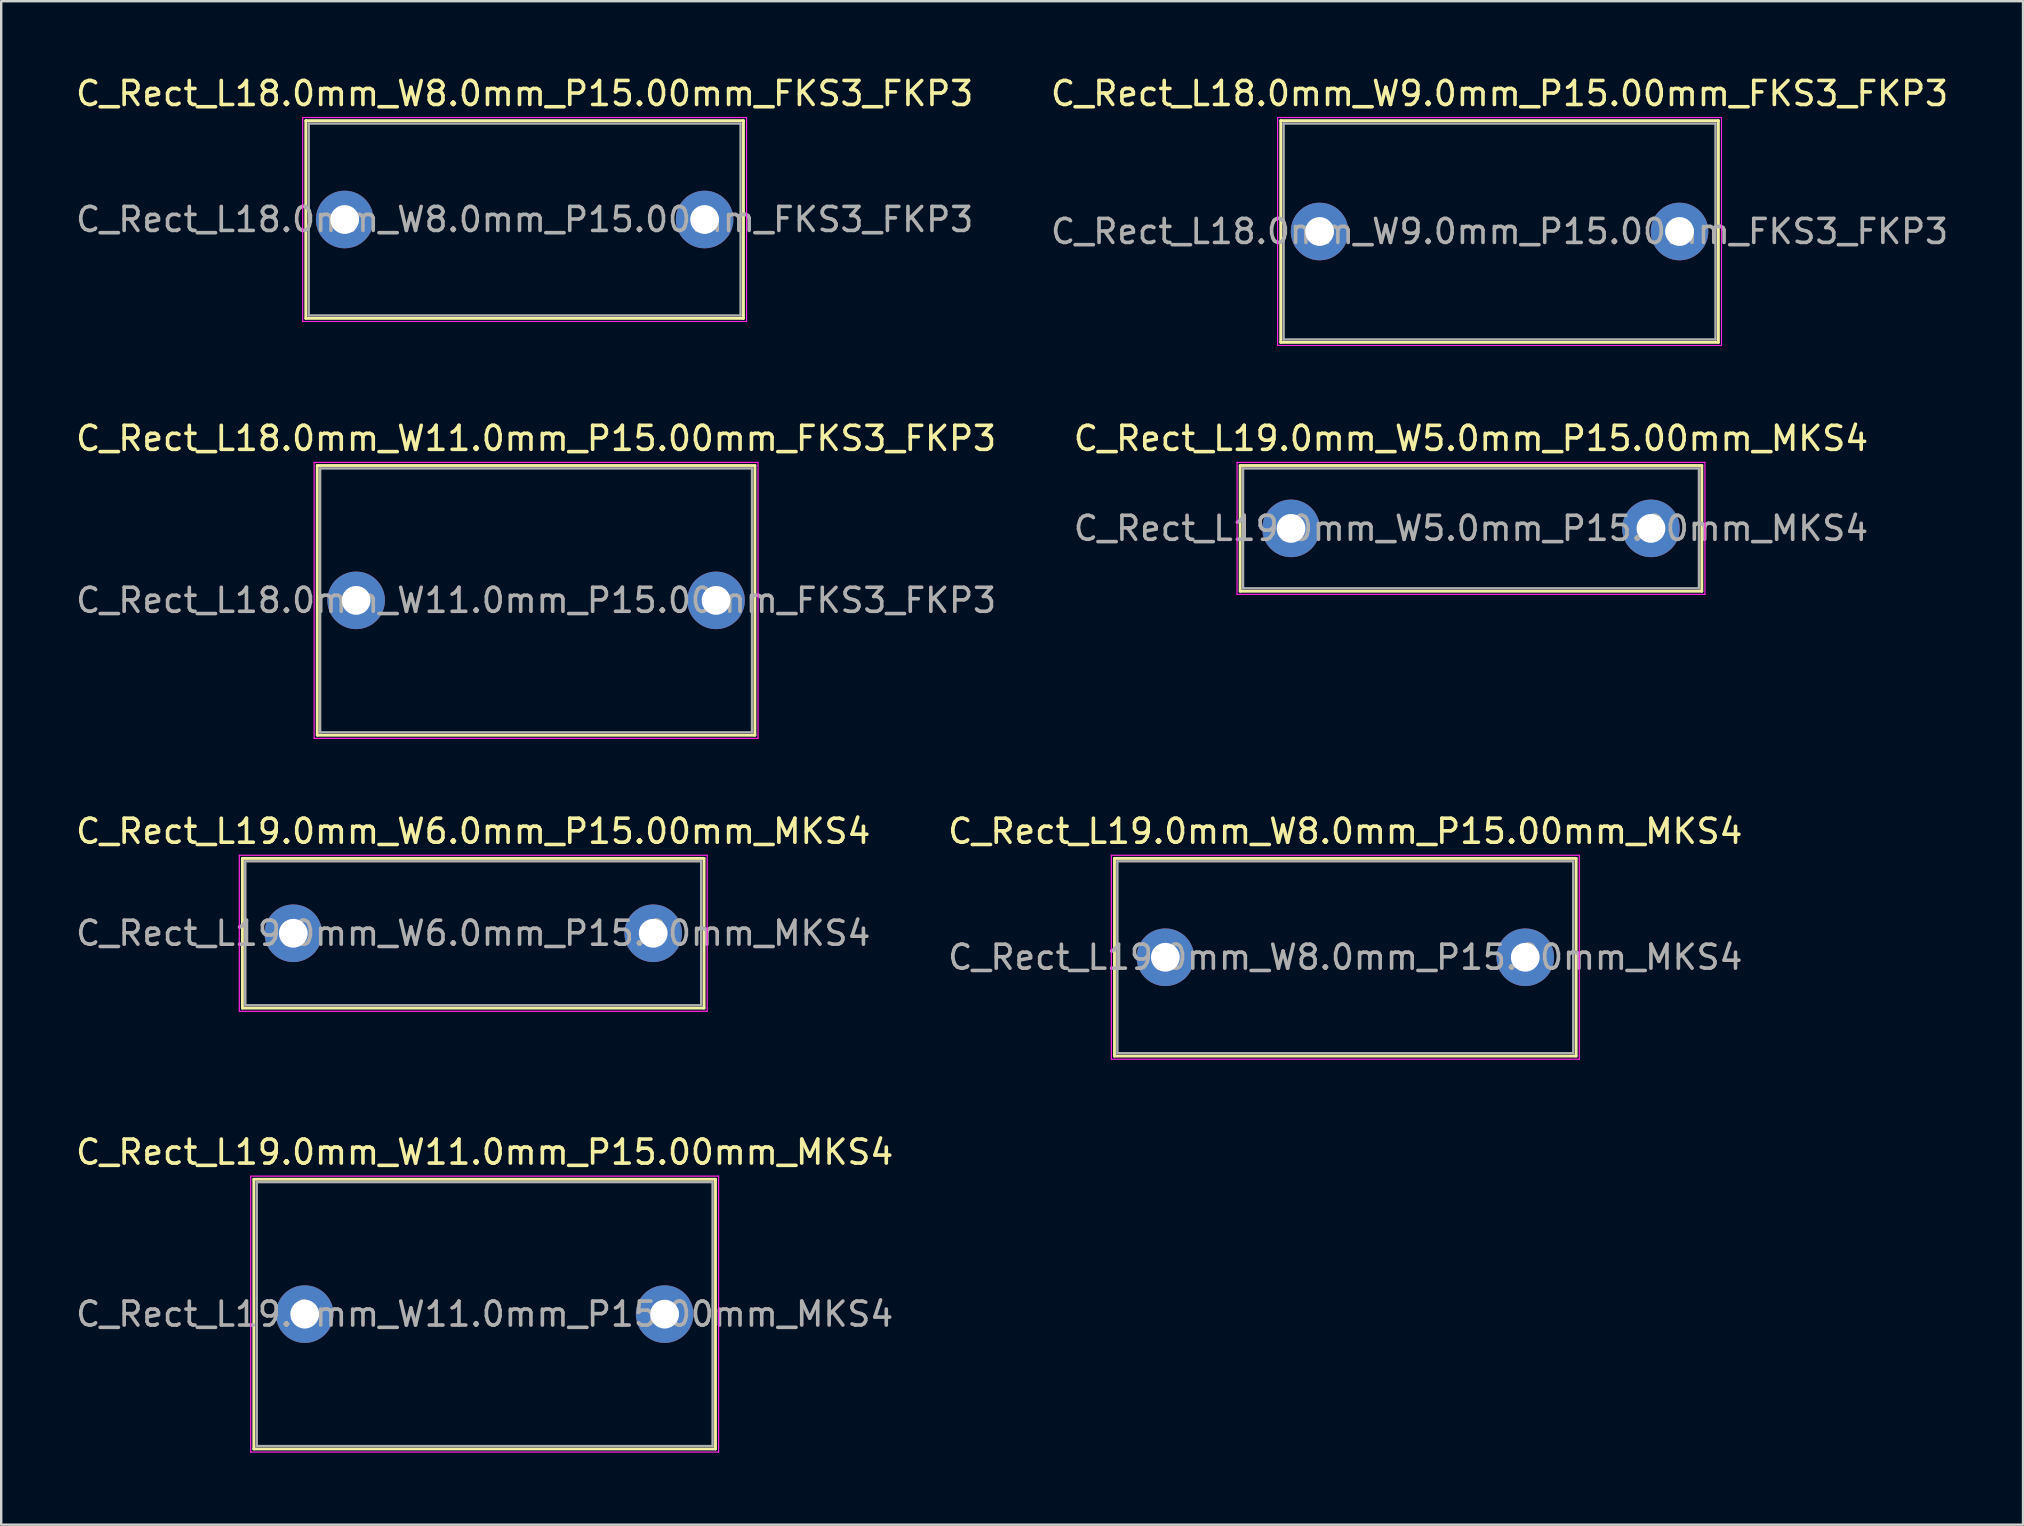
<source format=kicad_pcb>
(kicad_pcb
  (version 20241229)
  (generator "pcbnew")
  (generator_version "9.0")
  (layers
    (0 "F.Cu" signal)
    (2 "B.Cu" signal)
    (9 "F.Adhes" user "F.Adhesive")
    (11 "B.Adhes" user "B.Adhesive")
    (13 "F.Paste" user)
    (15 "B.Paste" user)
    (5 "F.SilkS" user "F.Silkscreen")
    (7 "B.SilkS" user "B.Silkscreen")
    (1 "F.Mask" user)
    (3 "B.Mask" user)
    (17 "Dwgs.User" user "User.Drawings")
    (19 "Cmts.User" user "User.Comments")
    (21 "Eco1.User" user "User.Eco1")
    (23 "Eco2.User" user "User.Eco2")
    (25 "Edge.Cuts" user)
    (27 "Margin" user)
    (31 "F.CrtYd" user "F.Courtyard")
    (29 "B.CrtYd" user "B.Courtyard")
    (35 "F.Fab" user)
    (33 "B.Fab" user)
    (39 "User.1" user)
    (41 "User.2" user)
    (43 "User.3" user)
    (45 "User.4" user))
  (footprint "C_Rect_L19.0mm_W5.0mm_P15.00mm_MKS4"
    (layer "F.Cu")
    (at 50.756 18.971)
    (property "Reference" "C_Rect_L19.0mm_W5.0mm_P15.00mm_MKS4" (at 7.5 -3.75 0) (layer "F.SilkS") (effects (font (size 1 1) (thickness 0.15))))
    (attr through_hole)
    (fp_line (start -2.12 -2.62) (end -2.12 2.62) (stroke (width 0.12) (type solid)) (layer "F.SilkS"))
    (fp_line (start -2.12 -2.62) (end 17.12 -2.62) (stroke (width 0.12) (type solid)) (layer "F.SilkS"))
    (fp_line (start -2.12 2.62) (end 17.12 2.62) (stroke (width 0.12) (type solid)) (layer "F.SilkS"))
    (fp_line (start 17.12 -2.62) (end 17.12 2.62) (stroke (width 0.12) (type solid)) (layer "F.SilkS"))
    (fp_line (start -2.25 -2.75) (end -2.25 2.75) (stroke (width 0.05) (type solid)) (layer "F.CrtYd"))
    (fp_line (start -2.25 2.75) (end 17.25 2.75) (stroke (width 0.05) (type solid)) (layer "F.CrtYd"))
    (fp_line (start 17.25 -2.75) (end -2.25 -2.75) (stroke (width 0.05) (type solid)) (layer "F.CrtYd"))
    (fp_line (start 17.25 2.75) (end 17.25 -2.75) (stroke (width 0.05) (type solid)) (layer "F.CrtYd"))
    (fp_line (start -2 -2.5) (end -2 2.5) (stroke (width 0.1) (type solid)) (layer "F.Fab"))
    (fp_line (start -2 2.5) (end 17 2.5) (stroke (width 0.1) (type solid)) (layer "F.Fab"))
    (fp_line (start 17 -2.5) (end -2 -2.5) (stroke (width 0.1) (type solid)) (layer "F.Fab"))
    (fp_line (start 17 2.5) (end 17 -2.5) (stroke (width 0.1) (type solid)) (layer "F.Fab"))
    (fp_text user "${REFERENCE}" (at 7.5 0 0) (layer "F.Fab") (effects (font (size 1 1) (thickness 0.15))))
    (pad "1" thru_hole circle (at 0 0) (size 2.4 2.4) (drill 1.2) (layers "*.Cu" "*.Mask"))
    (pad "2" thru_hole circle (at 15 0) (size 2.4 2.4) (drill 1.2) (layers "*.Cu" "*.Mask")))
  (footprint "C_Rect_L19.0mm_W6.0mm_P15.00mm_MKS4"
    (layer "F.Cu")
    (at 9.173 35.845)
    (property "Reference" "C_Rect_L19.0mm_W6.0mm_P15.00mm_MKS4" (at 7.5 -4.25 0) (layer "F.SilkS") (effects (font (size 1 1) (thickness 0.15))))
    (attr through_hole)
    (fp_line (start -2.12 -3.12) (end -2.12 3.12) (stroke (width 0.12) (type solid)) (layer "F.SilkS"))
    (fp_line (start -2.12 -3.12) (end 17.12 -3.12) (stroke (width 0.12) (type solid)) (layer "F.SilkS"))
    (fp_line (start -2.12 3.12) (end 17.12 3.12) (stroke (width 0.12) (type solid)) (layer "F.SilkS"))
    (fp_line (start 17.12 -3.12) (end 17.12 3.12) (stroke (width 0.12) (type solid)) (layer "F.SilkS"))
    (fp_line (start -2.25 -3.25) (end -2.25 3.25) (stroke (width 0.05) (type solid)) (layer "F.CrtYd"))
    (fp_line (start -2.25 3.25) (end 17.25 3.25) (stroke (width 0.05) (type solid)) (layer "F.CrtYd"))
    (fp_line (start 17.25 -3.25) (end -2.25 -3.25) (stroke (width 0.05) (type solid)) (layer "F.CrtYd"))
    (fp_line (start 17.25 3.25) (end 17.25 -3.25) (stroke (width 0.05) (type solid)) (layer "F.CrtYd"))
    (fp_line (start -2 -3) (end -2 3) (stroke (width 0.1) (type solid)) (layer "F.Fab"))
    (fp_line (start -2 3) (end 17 3) (stroke (width 0.1) (type solid)) (layer "F.Fab"))
    (fp_line (start 17 -3) (end -2 -3) (stroke (width 0.1) (type solid)) (layer "F.Fab"))
    (fp_line (start 17 3) (end 17 -3) (stroke (width 0.1) (type solid)) (layer "F.Fab"))
    (fp_text user "${REFERENCE}" (at 7.5 0 0) (layer "F.Fab") (effects (font (size 1 1) (thickness 0.15))))
    (pad "1" thru_hole circle (at 0 0) (size 2.4 2.4) (drill 1.2) (layers "*.Cu" "*.Mask"))
    (pad "2" thru_hole circle (at 15 0) (size 2.4 2.4) (drill 1.2) (layers "*.Cu" "*.Mask")))
  (footprint "C_Rect_L18.0mm_W8.0mm_P15.00mm_FKS3_FKP3"
    (layer "F.Cu")
    (at 11.315 6.098)
    (property "Reference" "C_Rect_L18.0mm_W8.0mm_P15.00mm_FKS3_FKP3" (at 7.5 -5.25 0) (layer "F.SilkS") (effects (font (size 1 1) (thickness 0.15))))
    (attr through_hole)
    (fp_line (start -1.62 -4.12) (end -1.62 4.12) (stroke (width 0.12) (type solid)) (layer "F.SilkS"))
    (fp_line (start -1.62 -4.12) (end 16.62 -4.12) (stroke (width 0.12) (type solid)) (layer "F.SilkS"))
    (fp_line (start -1.62 4.12) (end 16.62 4.12) (stroke (width 0.12) (type solid)) (layer "F.SilkS"))
    (fp_line (start 16.62 -4.12) (end 16.62 4.12) (stroke (width 0.12) (type solid)) (layer "F.SilkS"))
    (fp_line (start -1.75 -4.25) (end -1.75 4.25) (stroke (width 0.05) (type solid)) (layer "F.CrtYd"))
    (fp_line (start -1.75 4.25) (end 16.75 4.25) (stroke (width 0.05) (type solid)) (layer "F.CrtYd"))
    (fp_line (start 16.75 -4.25) (end -1.75 -4.25) (stroke (width 0.05) (type solid)) (layer "F.CrtYd"))
    (fp_line (start 16.75 4.25) (end 16.75 -4.25) (stroke (width 0.05) (type solid)) (layer "F.CrtYd"))
    (fp_line (start -1.5 -4) (end -1.5 4) (stroke (width 0.1) (type solid)) (layer "F.Fab"))
    (fp_line (start -1.5 4) (end 16.5 4) (stroke (width 0.1) (type solid)) (layer "F.Fab"))
    (fp_line (start 16.5 -4) (end -1.5 -4) (stroke (width 0.1) (type solid)) (layer "F.Fab"))
    (fp_line (start 16.5 4) (end 16.5 -4) (stroke (width 0.1) (type solid)) (layer "F.Fab"))
    (fp_text user "${REFERENCE}" (at 7.5 0 0) (layer "F.Fab") (effects (font (size 1 1) (thickness 0.15))))
    (pad "1" thru_hole circle (at 0 0) (size 2.4 2.4) (drill 1.2) (layers "*.Cu" "*.Mask"))
    (pad "2" thru_hole circle (at 15 0) (size 2.4 2.4) (drill 1.2) (layers "*.Cu" "*.Mask")))
  (footprint "C_Rect_L19.0mm_W8.0mm_P15.00mm_MKS4"
    (layer "F.Cu")
    (at 45.518 36.845)
    (property "Reference" "C_Rect_L19.0mm_W8.0mm_P15.00mm_MKS4" (at 7.5 -5.25 0) (layer "F.SilkS") (effects (font (size 1 1) (thickness 0.15))))
    (attr through_hole)
    (fp_line (start -2.12 -4.12) (end -2.12 4.12) (stroke (width 0.12) (type solid)) (layer "F.SilkS"))
    (fp_line (start -2.12 -4.12) (end 17.12 -4.12) (stroke (width 0.12) (type solid)) (layer "F.SilkS"))
    (fp_line (start -2.12 4.12) (end 17.12 4.12) (stroke (width 0.12) (type solid)) (layer "F.SilkS"))
    (fp_line (start 17.12 -4.12) (end 17.12 4.12) (stroke (width 0.12) (type solid)) (layer "F.SilkS"))
    (fp_line (start -2.25 -4.25) (end -2.25 4.25) (stroke (width 0.05) (type solid)) (layer "F.CrtYd"))
    (fp_line (start -2.25 4.25) (end 17.25 4.25) (stroke (width 0.05) (type solid)) (layer "F.CrtYd"))
    (fp_line (start 17.25 -4.25) (end -2.25 -4.25) (stroke (width 0.05) (type solid)) (layer "F.CrtYd"))
    (fp_line (start 17.25 4.25) (end 17.25 -4.25) (stroke (width 0.05) (type solid)) (layer "F.CrtYd"))
    (fp_line (start -2 -4) (end -2 4) (stroke (width 0.1) (type solid)) (layer "F.Fab"))
    (fp_line (start -2 4) (end 17 4) (stroke (width 0.1) (type solid)) (layer "F.Fab"))
    (fp_line (start 17 -4) (end -2 -4) (stroke (width 0.1) (type solid)) (layer "F.Fab"))
    (fp_line (start 17 4) (end 17 -4) (stroke (width 0.1) (type solid)) (layer "F.Fab"))
    (fp_text user "${REFERENCE}" (at 7.5 0 0) (layer "F.Fab") (effects (font (size 1 1) (thickness 0.15))))
    (pad "1" thru_hole circle (at 0 0) (size 2.4 2.4) (drill 1.2) (layers "*.Cu" "*.Mask"))
    (pad "2" thru_hole circle (at 15 0) (size 2.4 2.4) (drill 1.2) (layers "*.Cu" "*.Mask")))
  (footprint "C_Rect_L18.0mm_W9.0mm_P15.00mm_FKS3_FKP3"
    (layer "F.Cu")
    (at 51.946 6.598)
    (property "Reference" "C_Rect_L18.0mm_W9.0mm_P15.00mm_FKS3_FKP3" (at 7.5 -5.75 0) (layer "F.SilkS") (effects (font (size 1 1) (thickness 0.15))))
    (attr through_hole)
    (fp_line (start -1.62 -4.62) (end -1.62 4.62) (stroke (width 0.12) (type solid)) (layer "F.SilkS"))
    (fp_line (start -1.62 -4.62) (end 16.62 -4.62) (stroke (width 0.12) (type solid)) (layer "F.SilkS"))
    (fp_line (start -1.62 4.62) (end 16.62 4.62) (stroke (width 0.12) (type solid)) (layer "F.SilkS"))
    (fp_line (start 16.62 -4.62) (end 16.62 4.62) (stroke (width 0.12) (type solid)) (layer "F.SilkS"))
    (fp_line (start -1.75 -4.75) (end -1.75 4.75) (stroke (width 0.05) (type solid)) (layer "F.CrtYd"))
    (fp_line (start -1.75 4.75) (end 16.75 4.75) (stroke (width 0.05) (type solid)) (layer "F.CrtYd"))
    (fp_line (start 16.75 -4.75) (end -1.75 -4.75) (stroke (width 0.05) (type solid)) (layer "F.CrtYd"))
    (fp_line (start 16.75 4.75) (end 16.75 -4.75) (stroke (width 0.05) (type solid)) (layer "F.CrtYd"))
    (fp_line (start -1.5 -4.5) (end -1.5 4.5) (stroke (width 0.1) (type solid)) (layer "F.Fab"))
    (fp_line (start -1.5 4.5) (end 16.5 4.5) (stroke (width 0.1) (type solid)) (layer "F.Fab"))
    (fp_line (start 16.5 -4.5) (end -1.5 -4.5) (stroke (width 0.1) (type solid)) (layer "F.Fab"))
    (fp_line (start 16.5 4.5) (end 16.5 -4.5) (stroke (width 0.1) (type solid)) (layer "F.Fab"))
    (fp_text user "${REFERENCE}" (at 7.5 0 0) (layer "F.Fab") (effects (font (size 1 1) (thickness 0.15))))
    (pad "1" thru_hole circle (at 0 0) (size 2.4 2.4) (drill 1.2) (layers "*.Cu" "*.Mask"))
    (pad "2" thru_hole circle (at 15 0) (size 2.4 2.4) (drill 1.2) (layers "*.Cu" "*.Mask")))
  (footprint "C_Rect_L18.0mm_W11.0mm_P15.00mm_FKS3_FKP3"
    (layer "F.Cu")
    (at 11.792 21.971)
    (property "Reference" "C_Rect_L18.0mm_W11.0mm_P15.00mm_FKS3_FKP3" (at 7.5 -6.75 0) (layer "F.SilkS") (effects (font (size 1 1) (thickness 0.15))))
    (attr through_hole)
    (fp_line (start -1.62 -5.62) (end -1.62 5.62) (stroke (width 0.12) (type solid)) (layer "F.SilkS"))
    (fp_line (start -1.62 -5.62) (end 16.62 -5.62) (stroke (width 0.12) (type solid)) (layer "F.SilkS"))
    (fp_line (start -1.62 5.62) (end 16.62 5.62) (stroke (width 0.12) (type solid)) (layer "F.SilkS"))
    (fp_line (start 16.62 -5.62) (end 16.62 5.62) (stroke (width 0.12) (type solid)) (layer "F.SilkS"))
    (fp_line (start -1.75 -5.75) (end -1.75 5.75) (stroke (width 0.05) (type solid)) (layer "F.CrtYd"))
    (fp_line (start -1.75 5.75) (end 16.75 5.75) (stroke (width 0.05) (type solid)) (layer "F.CrtYd"))
    (fp_line (start 16.75 -5.75) (end -1.75 -5.75) (stroke (width 0.05) (type solid)) (layer "F.CrtYd"))
    (fp_line (start 16.75 5.75) (end 16.75 -5.75) (stroke (width 0.05) (type solid)) (layer "F.CrtYd"))
    (fp_line (start -1.5 -5.5) (end -1.5 5.5) (stroke (width 0.1) (type solid)) (layer "F.Fab"))
    (fp_line (start -1.5 5.5) (end 16.5 5.5) (stroke (width 0.1) (type solid)) (layer "F.Fab"))
    (fp_line (start 16.5 -5.5) (end -1.5 -5.5) (stroke (width 0.1) (type solid)) (layer "F.Fab"))
    (fp_line (start 16.5 5.5) (end 16.5 -5.5) (stroke (width 0.1) (type solid)) (layer "F.Fab"))
    (fp_text user "${REFERENCE}" (at 7.5 0 0) (layer "F.Fab") (effects (font (size 1 1) (thickness 0.15))))
    (pad "1" thru_hole circle (at 0 0) (size 2.4 2.4) (drill 1.2) (layers "*.Cu" "*.Mask"))
    (pad "2" thru_hole circle (at 15 0) (size 2.4 2.4) (drill 1.2) (layers "*.Cu" "*.Mask")))
  (footprint "C_Rect_L19.0mm_W11.0mm_P15.00mm_MKS4"
    (layer "F.Cu")
    (at 9.649 51.718)
    (property "Reference" "C_Rect_L19.0mm_W11.0mm_P15.00mm_MKS4" (at 7.5 -6.75 0) (layer "F.SilkS") (effects (font (size 1 1) (thickness 0.15))))
    (attr through_hole)
    (fp_line (start -2.12 -5.62) (end -2.12 5.62) (stroke (width 0.12) (type solid)) (layer "F.SilkS"))
    (fp_line (start -2.12 -5.62) (end 17.12 -5.62) (stroke (width 0.12) (type solid)) (layer "F.SilkS"))
    (fp_line (start -2.12 5.62) (end 17.12 5.62) (stroke (width 0.12) (type solid)) (layer "F.SilkS"))
    (fp_line (start 17.12 -5.62) (end 17.12 5.62) (stroke (width 0.12) (type solid)) (layer "F.SilkS"))
    (fp_line (start -2.25 -5.75) (end -2.25 5.75) (stroke (width 0.05) (type solid)) (layer "F.CrtYd"))
    (fp_line (start -2.25 5.75) (end 17.25 5.75) (stroke (width 0.05) (type solid)) (layer "F.CrtYd"))
    (fp_line (start 17.25 -5.75) (end -2.25 -5.75) (stroke (width 0.05) (type solid)) (layer "F.CrtYd"))
    (fp_line (start 17.25 5.75) (end 17.25 -5.75) (stroke (width 0.05) (type solid)) (layer "F.CrtYd"))
    (fp_line (start -2 -5.5) (end -2 5.5) (stroke (width 0.1) (type solid)) (layer "F.Fab"))
    (fp_line (start -2 5.5) (end 17 5.5) (stroke (width 0.1) (type solid)) (layer "F.Fab"))
    (fp_line (start 17 -5.5) (end -2 -5.5) (stroke (width 0.1) (type solid)) (layer "F.Fab"))
    (fp_line (start 17 5.5) (end 17 -5.5) (stroke (width 0.1) (type solid)) (layer "F.Fab"))
    (fp_text user "${REFERENCE}" (at 7.5 0 0) (layer "F.Fab") (effects (font (size 1 1) (thickness 0.15))))
    (pad "1" thru_hole circle (at 0 0) (size 2.4 2.4) (drill 1.2) (layers "*.Cu" "*.Mask"))
    (pad "2" thru_hole circle (at 15 0) (size 2.4 2.4) (drill 1.2) (layers "*.Cu" "*.Mask")))
  (gr_rect
    (start -3 -3)
    (end 81.262 60.493)
    (stroke (width 0.1) (type default))
    (fill no)
    (layer "Edge.Cuts")))
</source>
